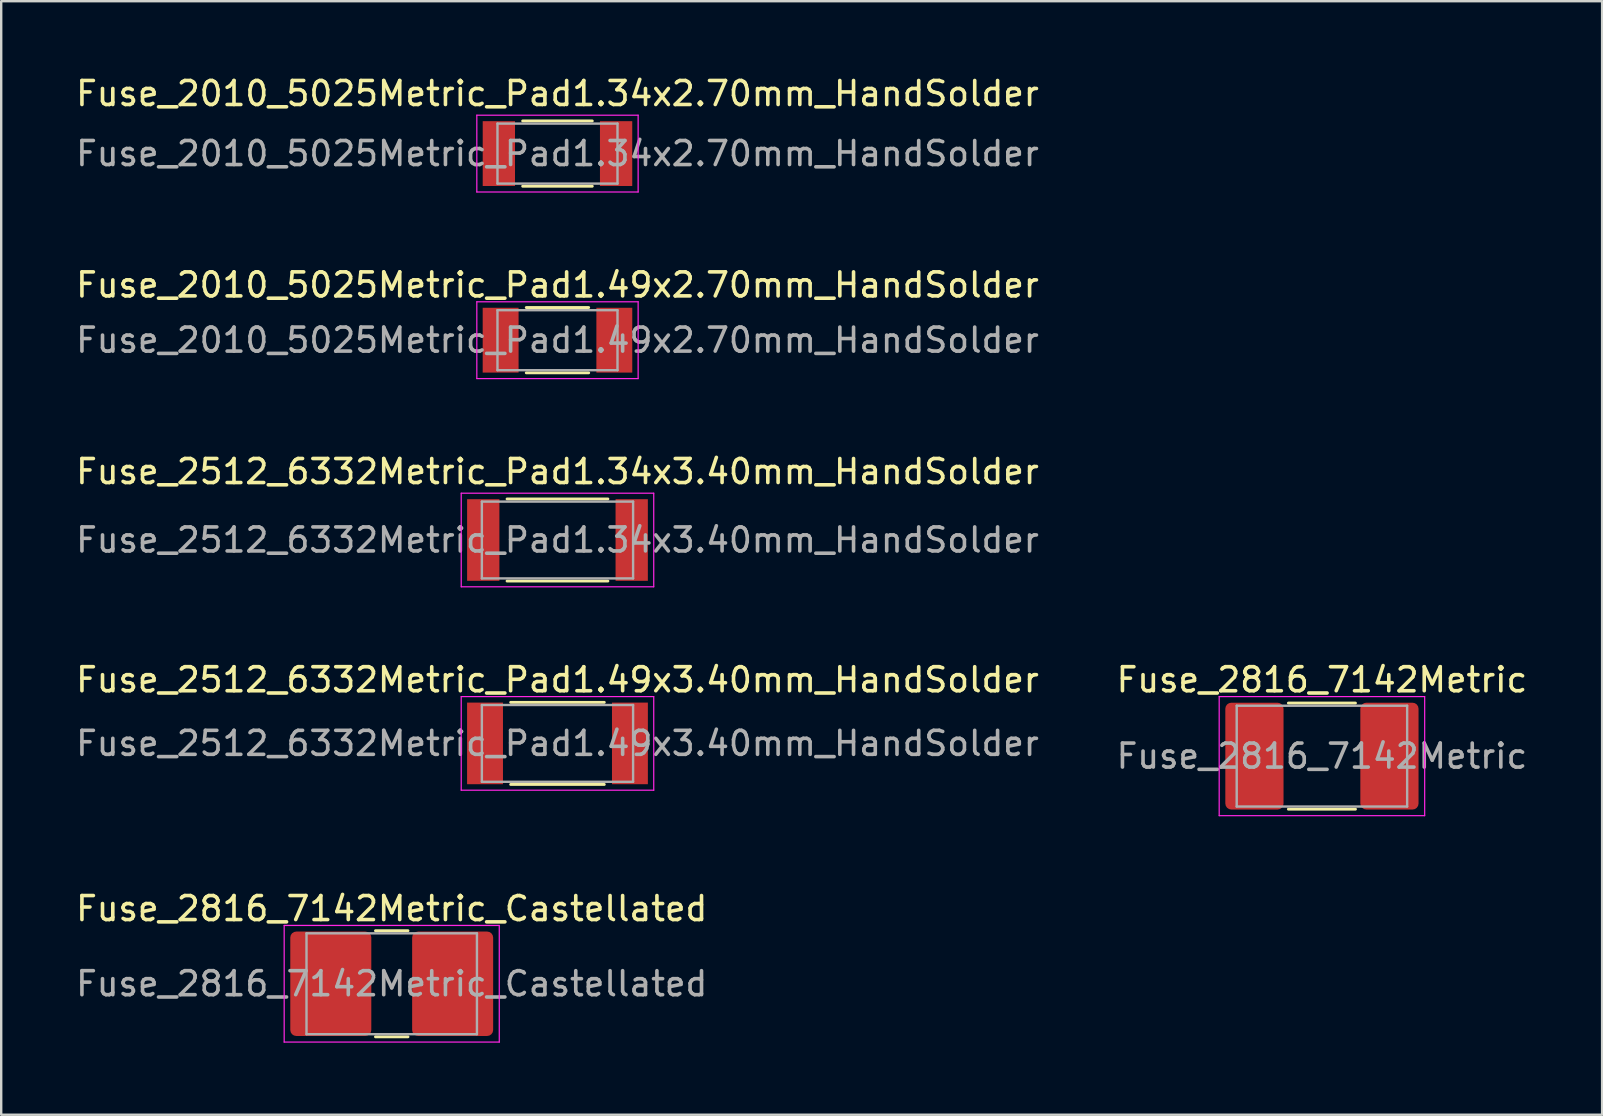
<source format=kicad_pcb>
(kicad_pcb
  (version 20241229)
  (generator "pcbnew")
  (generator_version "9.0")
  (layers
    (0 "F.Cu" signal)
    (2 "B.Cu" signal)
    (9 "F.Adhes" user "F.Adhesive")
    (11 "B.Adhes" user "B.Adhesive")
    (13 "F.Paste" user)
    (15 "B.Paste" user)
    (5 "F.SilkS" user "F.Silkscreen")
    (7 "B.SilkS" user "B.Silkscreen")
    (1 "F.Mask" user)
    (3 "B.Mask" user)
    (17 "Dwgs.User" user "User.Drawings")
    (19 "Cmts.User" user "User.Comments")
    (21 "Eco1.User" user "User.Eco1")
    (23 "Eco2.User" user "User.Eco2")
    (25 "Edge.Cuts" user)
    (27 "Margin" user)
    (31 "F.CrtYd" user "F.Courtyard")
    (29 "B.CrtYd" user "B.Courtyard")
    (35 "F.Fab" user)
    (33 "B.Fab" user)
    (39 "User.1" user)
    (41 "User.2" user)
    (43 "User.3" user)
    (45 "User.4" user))
  (footprint "Fuse_2816_7142Metric_Castellated"
    (layer "F.Cu")
    (at 13.268 37.931)
    (property "Reference" "Fuse_2816_7142Metric_Castellated" (at 0 -3.13 0) (layer "F.SilkS") (effects (font (size 1 1) (thickness 0.15))))
    (attr smd)
    (fp_line (start -0.677 -2.21) (end 0.677 -2.21) (stroke (width 0.12) (type solid)) (layer "F.SilkS"))
    (fp_line (start -0.677 2.21) (end 0.677 2.21) (stroke (width 0.12) (type solid)) (layer "F.SilkS"))
    (fp_line (start -4.48 -2.43) (end 4.48 -2.43) (stroke (width 0.05) (type solid)) (layer "F.CrtYd"))
    (fp_line (start -4.48 2.43) (end -4.48 -2.43) (stroke (width 0.05) (type solid)) (layer "F.CrtYd"))
    (fp_line (start 4.48 -2.43) (end 4.48 2.43) (stroke (width 0.05) (type solid)) (layer "F.CrtYd"))
    (fp_line (start 4.48 2.43) (end -4.48 2.43) (stroke (width 0.05) (type solid)) (layer "F.CrtYd"))
    (fp_line (start -3.55 -2.1) (end 3.55 -2.1) (stroke (width 0.1) (type solid)) (layer "F.Fab"))
    (fp_line (start -3.55 2.1) (end -3.55 -2.1) (stroke (width 0.1) (type solid)) (layer "F.Fab"))
    (fp_line (start 3.55 -2.1) (end 3.55 2.1) (stroke (width 0.1) (type solid)) (layer "F.Fab"))
    (fp_line (start 3.55 2.1) (end -3.55 2.1) (stroke (width 0.1) (type solid)) (layer "F.Fab"))
    (fp_text user "${REFERENCE}" (at 0 0 0) (layer "F.Fab") (effects (font (size 1 1) (thickness 0.15))))
    (pad "1" smd roundrect (at -2.538 0) (size 3.375 4.35) (layers "F.Cu" "F.Mask" "F.Paste") (roundrect_rratio 0.074))
    (pad "2" smd roundrect (at 2.538 0) (size 3.375 4.35) (layers "F.Cu" "F.Mask" "F.Paste") (roundrect_rratio 0.074)))
  (footprint "Fuse_2512_6332Metric_Pad1.49x3.40mm_HandSolder"
    (layer "F.Cu")
    (at 20.173 27.918)
    (property "Reference" "Fuse_2512_6332Metric_Pad1.49x3.40mm_HandSolder" (at 0 -2.65 0) (layer "F.SilkS") (effects (font (size 1 1) (thickness 0.15))))
    (attr smd)
    (fp_line (start -1.95 -1.71) (end 1.95 -1.71) (stroke (width 0.12) (type solid)) (layer "F.SilkS"))
    (fp_line (start -1.95 1.71) (end 1.95 1.71) (stroke (width 0.12) (type solid)) (layer "F.SilkS"))
    (fp_line (start -4.01 -1.95) (end 4.01 -1.95) (stroke (width 0.05) (type solid)) (layer "F.CrtYd"))
    (fp_line (start -4.01 1.95) (end -4.01 -1.95) (stroke (width 0.05) (type solid)) (layer "F.CrtYd"))
    (fp_line (start 4.01 -1.95) (end 4.01 1.95) (stroke (width 0.05) (type solid)) (layer "F.CrtYd"))
    (fp_line (start 4.01 1.95) (end -4.01 1.95) (stroke (width 0.05) (type solid)) (layer "F.CrtYd"))
    (fp_line (start -3.15 -1.6) (end 3.15 -1.6) (stroke (width 0.1) (type solid)) (layer "F.Fab"))
    (fp_line (start -3.15 1.6) (end -3.15 -1.6) (stroke (width 0.1) (type solid)) (layer "F.Fab"))
    (fp_line (start 3.15 -1.6) (end 3.15 1.6) (stroke (width 0.1) (type solid)) (layer "F.Fab"))
    (fp_line (start 3.15 1.6) (end -3.15 1.6) (stroke (width 0.1) (type solid)) (layer "F.Fab"))
    (fp_text user "${REFERENCE}" (at 0 0 0) (layer "F.Fab") (effects (font (size 1 1) (thickness 0.15))))
    (pad "1" smd rect (at -3.018 0) (size 1.495 3.4) (layers "F.Cu" "F.Mask" "F.Paste"))
    (pad "2" smd rect (at 3.018 0) (size 1.495 3.4) (layers "F.Cu" "F.Mask" "F.Paste")))
  (footprint "Fuse_2816_7142Metric"
    (layer "F.Cu")
    (at 52.018 28.448)
    (property "Reference" "Fuse_2816_7142Metric" (at 0 -3.18 0) (layer "F.SilkS") (effects (font (size 1 1) (thickness 0.15))))
    (attr smd)
    (fp_line (start -1.397 -2.21) (end 1.397 -2.21) (stroke (width 0.12) (type solid)) (layer "F.SilkS"))
    (fp_line (start -1.397 2.21) (end 1.397 2.21) (stroke (width 0.12) (type solid)) (layer "F.SilkS"))
    (fp_line (start -4.28 -2.48) (end 4.28 -2.48) (stroke (width 0.05) (type solid)) (layer "F.CrtYd"))
    (fp_line (start -4.28 2.48) (end -4.28 -2.48) (stroke (width 0.05) (type solid)) (layer "F.CrtYd"))
    (fp_line (start 4.28 -2.48) (end 4.28 2.48) (stroke (width 0.05) (type solid)) (layer "F.CrtYd"))
    (fp_line (start 4.28 2.48) (end -4.28 2.48) (stroke (width 0.05) (type solid)) (layer "F.CrtYd"))
    (fp_line (start -3.55 -2.1) (end 3.55 -2.1) (stroke (width 0.1) (type solid)) (layer "F.Fab"))
    (fp_line (start -3.55 2.1) (end -3.55 -2.1) (stroke (width 0.1) (type solid)) (layer "F.Fab"))
    (fp_line (start 3.55 -2.1) (end 3.55 2.1) (stroke (width 0.1) (type solid)) (layer "F.Fab"))
    (fp_line (start 3.55 2.1) (end -3.55 2.1) (stroke (width 0.1) (type solid)) (layer "F.Fab"))
    (fp_text user "${REFERENCE}" (at 0 0 0) (layer "F.Fab") (effects (font (size 1 1) (thickness 0.15))))
    (pad "1" smd roundrect (at -2.812 0) (size 2.425 4.45) (layers "F.Cu" "F.Mask" "F.Paste") (roundrect_rratio 0.103))
    (pad "2" smd roundrect (at 2.812 0) (size 2.425 4.45) (layers "F.Cu" "F.Mask" "F.Paste") (roundrect_rratio 0.103)))
  (footprint "Fuse_2010_5025Metric_Pad1.49x2.70mm_HandSolder"
    (layer "F.Cu")
    (at 20.173 11.121)
    (property "Reference" "Fuse_2010_5025Metric_Pad1.49x2.70mm_HandSolder" (at 0 -2.3 0) (layer "F.SilkS") (effects (font (size 1 1) (thickness 0.15))))
    (attr smd)
    (fp_line (start -1.3 -1.36) (end 1.3 -1.36) (stroke (width 0.12) (type solid)) (layer "F.SilkS"))
    (fp_line (start -1.3 1.36) (end 1.3 1.36) (stroke (width 0.12) (type solid)) (layer "F.SilkS"))
    (fp_line (start -3.36 -1.6) (end 3.36 -1.6) (stroke (width 0.05) (type solid)) (layer "F.CrtYd"))
    (fp_line (start -3.36 1.6) (end -3.36 -1.6) (stroke (width 0.05) (type solid)) (layer "F.CrtYd"))
    (fp_line (start 3.36 -1.6) (end 3.36 1.6) (stroke (width 0.05) (type solid)) (layer "F.CrtYd"))
    (fp_line (start 3.36 1.6) (end -3.36 1.6) (stroke (width 0.05) (type solid)) (layer "F.CrtYd"))
    (fp_line (start -2.5 -1.25) (end 2.5 -1.25) (stroke (width 0.1) (type solid)) (layer "F.Fab"))
    (fp_line (start -2.5 1.25) (end -2.5 -1.25) (stroke (width 0.1) (type solid)) (layer "F.Fab"))
    (fp_line (start 2.5 -1.25) (end 2.5 1.25) (stroke (width 0.1) (type solid)) (layer "F.Fab"))
    (fp_line (start 2.5 1.25) (end -2.5 1.25) (stroke (width 0.1) (type solid)) (layer "F.Fab"))
    (fp_text user "${REFERENCE}" (at 0 0 0) (layer "F.Fab") (effects (font (size 1 1) (thickness 0.15))))
    (pad "1" smd rect (at -2.368 0) (size 1.495 2.7) (layers "F.Cu" "F.Mask" "F.Paste"))
    (pad "2" smd rect (at 2.368 0) (size 1.495 2.7) (layers "F.Cu" "F.Mask" "F.Paste")))
  (footprint "Fuse_2010_5025Metric_Pad1.34x2.70mm_HandSolder"
    (layer "F.Cu")
    (at 20.173 3.348)
    (property "Reference" "Fuse_2010_5025Metric_Pad1.34x2.70mm_HandSolder" (at 0 -2.5 0) (layer "F.SilkS") (effects (font (size 1 1) (thickness 0.15))))
    (attr smd)
    (fp_line (start -1.45 -1.36) (end 1.45 -1.36) (stroke (width 0.12) (type solid)) (layer "F.SilkS"))
    (fp_line (start -1.45 1.36) (end 1.45 1.36) (stroke (width 0.12) (type solid)) (layer "F.SilkS"))
    (fp_line (start -3.36 -1.6) (end 3.36 -1.6) (stroke (width 0.05) (type solid)) (layer "F.CrtYd"))
    (fp_line (start -3.36 1.6) (end -3.36 -1.6) (stroke (width 0.05) (type solid)) (layer "F.CrtYd"))
    (fp_line (start 3.36 -1.6) (end 3.36 1.6) (stroke (width 0.05) (type solid)) (layer "F.CrtYd"))
    (fp_line (start 3.36 1.6) (end -3.36 1.6) (stroke (width 0.05) (type solid)) (layer "F.CrtYd"))
    (fp_line (start -2.5 -1.25) (end 2.5 -1.25) (stroke (width 0.1) (type solid)) (layer "F.Fab"))
    (fp_line (start -2.5 1.25) (end -2.5 -1.25) (stroke (width 0.1) (type solid)) (layer "F.Fab"))
    (fp_line (start 2.5 -1.25) (end 2.5 1.25) (stroke (width 0.1) (type solid)) (layer "F.Fab"))
    (fp_line (start 2.5 1.25) (end -2.5 1.25) (stroke (width 0.1) (type solid)) (layer "F.Fab"))
    (fp_text user "${REFERENCE}" (at 0 0 0) (layer "F.Fab") (effects (font (size 1 1) (thickness 0.15))))
    (pad "1" smd rect (at -2.442 0) (size 1.345 2.7) (layers "F.Cu" "F.Mask" "F.Paste"))
    (pad "2" smd rect (at 2.442 0) (size 1.345 2.7) (layers "F.Cu" "F.Mask" "F.Paste")))
  (footprint "Fuse_2512_6332Metric_Pad1.34x3.40mm_HandSolder"
    (layer "F.Cu")
    (at 20.173 19.445)
    (property "Reference" "Fuse_2512_6332Metric_Pad1.34x3.40mm_HandSolder" (at 0 -2.85 0) (layer "F.SilkS") (effects (font (size 1 1) (thickness 0.15))))
    (attr smd)
    (fp_line (start -2.1 -1.71) (end 2.1 -1.71) (stroke (width 0.12) (type solid)) (layer "F.SilkS"))
    (fp_line (start -2.1 1.71) (end 2.1 1.71) (stroke (width 0.12) (type solid)) (layer "F.SilkS"))
    (fp_line (start -4.01 -1.95) (end 4.01 -1.95) (stroke (width 0.05) (type solid)) (layer "F.CrtYd"))
    (fp_line (start -4.01 1.95) (end -4.01 -1.95) (stroke (width 0.05) (type solid)) (layer "F.CrtYd"))
    (fp_line (start 4.01 -1.95) (end 4.01 1.95) (stroke (width 0.05) (type solid)) (layer "F.CrtYd"))
    (fp_line (start 4.01 1.95) (end -4.01 1.95) (stroke (width 0.05) (type solid)) (layer "F.CrtYd"))
    (fp_line (start -3.15 -1.6) (end 3.15 -1.6) (stroke (width 0.1) (type solid)) (layer "F.Fab"))
    (fp_line (start -3.15 1.6) (end -3.15 -1.6) (stroke (width 0.1) (type solid)) (layer "F.Fab"))
    (fp_line (start 3.15 -1.6) (end 3.15 1.6) (stroke (width 0.1) (type solid)) (layer "F.Fab"))
    (fp_line (start 3.15 1.6) (end -3.15 1.6) (stroke (width 0.1) (type solid)) (layer "F.Fab"))
    (fp_text user "${REFERENCE}" (at 0 0 0) (layer "F.Fab") (effects (font (size 1 1) (thickness 0.15))))
    (pad "1" smd rect (at -3.092 0) (size 1.345 3.4) (layers "F.Cu" "F.Mask" "F.Paste"))
    (pad "2" smd rect (at 3.092 0) (size 1.345 3.4) (layers "F.Cu" "F.Mask" "F.Paste")))
  (gr_rect
    (start -3 -3)
    (end 63.69 43.386)
    (stroke (width 0.1) (type default))
    (fill no)
    (layer "Edge.Cuts")))
</source>
